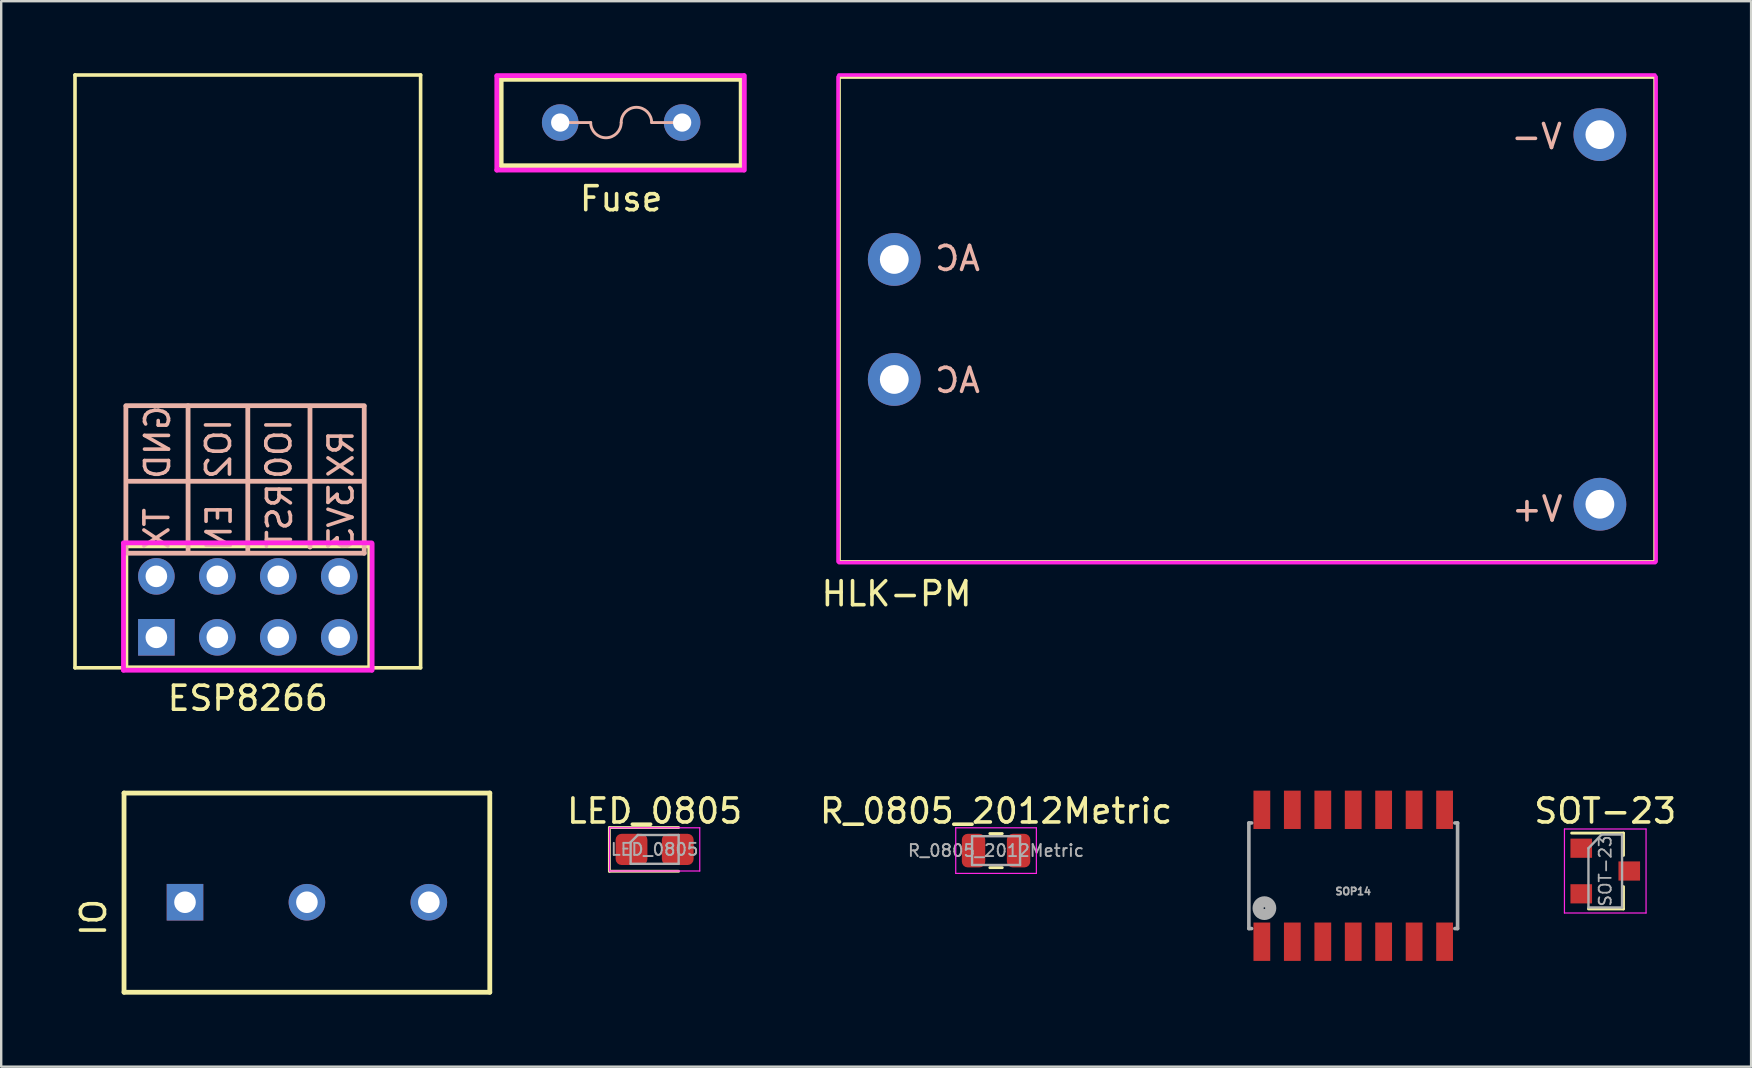
<source format=kicad_pcb>
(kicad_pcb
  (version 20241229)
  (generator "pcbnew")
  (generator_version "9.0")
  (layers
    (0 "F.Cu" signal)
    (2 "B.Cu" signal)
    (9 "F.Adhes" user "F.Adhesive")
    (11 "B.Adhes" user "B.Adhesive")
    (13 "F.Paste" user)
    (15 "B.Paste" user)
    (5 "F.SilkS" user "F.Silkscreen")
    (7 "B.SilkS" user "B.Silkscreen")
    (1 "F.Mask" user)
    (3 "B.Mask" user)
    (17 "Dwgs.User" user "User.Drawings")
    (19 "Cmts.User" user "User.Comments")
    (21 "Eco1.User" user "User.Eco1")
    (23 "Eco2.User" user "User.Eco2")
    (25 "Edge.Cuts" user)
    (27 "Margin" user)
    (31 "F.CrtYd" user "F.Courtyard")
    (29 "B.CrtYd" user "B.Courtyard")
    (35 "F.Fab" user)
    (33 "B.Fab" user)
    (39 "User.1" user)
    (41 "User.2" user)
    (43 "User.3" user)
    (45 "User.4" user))
  (footprint "ESP8266"
    (layer "F.Cu")
    (at 7.275 22.235)
    (property "Reference" "ESP8266" (at 0 3.81 0) (layer "F.SilkS") (effects (font (size 1 1) (thickness 0.15))))
    (attr through_hole)
    (fp_line (start -7.2 -22.16) (end -7.2 2.54) (stroke (width 0.15) (type solid)) (layer "F.SilkS"))
    (fp_line (start -7.2 -22.16) (end 7.2 -22.16) (stroke (width 0.15) (type solid)) (layer "F.SilkS"))
    (fp_line (start -7.2 2.54) (end 7.2 2.54) (stroke (width 0.15) (type solid)) (layer "F.SilkS"))
    (fp_line (start -5.08 -2.54) (end 5.08 -2.54) (stroke (width 0.2) (type solid)) (layer "F.SilkS"))
    (fp_line (start -5.08 2.54) (end -5.08 -2.54) (stroke (width 0.2) (type solid)) (layer "F.SilkS"))
    (fp_line (start 5.08 -2.54) (end 5.08 2.54) (stroke (width 0.2) (type solid)) (layer "F.SilkS"))
    (fp_line (start 5.08 2.54) (end -5.08 2.54) (stroke (width 0.2) (type solid)) (layer "F.SilkS"))
    (fp_line (start 7.2 -22.16) (end 7.2 2.54) (stroke (width 0.15) (type solid)) (layer "F.SilkS"))
    (fp_line (start -5.08 -8.382) (end 4.851 -8.382) (stroke (width 0.2) (type solid)) (layer "B.SilkS"))
    (fp_line (start -5.08 -2.261) (end -5.08 -8.357) (stroke (width 0.2) (type solid)) (layer "B.SilkS"))
    (fp_line (start -2.489 -8.382) (end -2.489 -2.286) (stroke (width 0.2) (type solid)) (layer "B.SilkS"))
    (fp_line (start 0 -8.331) (end 0 -2.286) (stroke (width 0.2) (type solid)) (layer "B.SilkS"))
    (fp_line (start 2.591 -8.357) (end 2.591 -2.489) (stroke (width 0.2) (type solid)) (layer "B.SilkS"))
    (fp_line (start 4.724 -5.232) (end -4.953 -5.232) (stroke (width 0.2) (type solid)) (layer "B.SilkS"))
    (fp_line (start 4.851 -8.357) (end 4.851 -2.235) (stroke (width 0.2) (type solid)) (layer "B.SilkS"))
    (fp_line (start 4.851 -2.235) (end -5.029 -2.235) (stroke (width 0.2) (type solid)) (layer "B.SilkS"))
    (fp_line (start -5.182 -2.667) (end 5.156 -2.667) (stroke (width 0.2) (type solid)) (layer "F.CrtYd"))
    (fp_line (start -5.18 2.64) (end -5.18 -2.64) (stroke (width 0.2) (type solid)) (layer "F.CrtYd"))
    (fp_line (start -5.18 2.64) (end 5.158 2.64) (stroke (width 0.2) (type solid)) (layer "F.CrtYd"))
    (fp_line (start 5.18 2.64) (end 5.18 -2.64) (stroke (width 0.2) (type solid)) (layer "F.CrtYd"))
    (fp_text user "EN" (at -1.194 -3.302 90) (layer "B.SilkS") (effects (font (size 1 1) (thickness 0.15)) (justify mirror)))
    (fp_text user "GND" (at -3.759 -6.858 90) (layer "B.SilkS") (effects (font (size 1 1) (thickness 0.15)) (justify mirror)))
    (fp_text user "RST" (at 1.321 -3.785 90) (layer "B.SilkS") (effects (font (size 1 1) (thickness 0.15)) (justify mirror)))
    (fp_text user "IO0" (at 1.295 -6.579 90) (layer "B.SilkS") (effects (font (size 1 1) (thickness 0.15)) (justify mirror)))
    (fp_text user "IO2" (at -1.219 -6.579 90) (layer "B.SilkS") (effects (font (size 1 1) (thickness 0.15)) (justify mirror)))
    (fp_text user "RX" (at 3.886 -6.375 90) (layer "B.SilkS") (effects (font (size 1 1) (thickness 0.15)) (justify mirror)))
    (fp_text user "TX" (at -3.785 -3.251 90) (layer "B.SilkS") (effects (font (size 1 1) (thickness 0.15)) (justify mirror)))
    (fp_text user "3V3" (at 3.886 -3.734 90) (layer "B.SilkS") (effects (font (size 1 1) (thickness 0.15)) (justify mirror)))
    (pad "1" thru_hole rect (at -3.81 1.27) (size 1.524 1.524) (drill 0.9) (layers "*.Cu" "*.Mask"))
    (pad "2" thru_hole circle (at -1.27 1.27) (size 1.524 1.524) (drill 0.9) (layers "*.Cu" "*.Mask"))
    (pad "3" thru_hole circle (at 1.27 1.27) (size 1.524 1.524) (drill 0.9) (layers "*.Cu" "*.Mask"))
    (pad "4" thru_hole circle (at 3.81 1.27) (size 1.524 1.524) (drill 0.9) (layers "*.Cu" "*.Mask"))
    (pad "5" thru_hole circle (at 3.81 -1.27) (size 1.524 1.524) (drill 0.9) (layers "*.Cu" "*.Mask"))
    (pad "6" thru_hole circle (at 1.27 -1.27) (size 1.524 1.524) (drill 0.9) (layers "*.Cu" "*.Mask"))
    (pad "7" thru_hole circle (at -1.27 -1.27) (size 1.524 1.524) (drill 0.9) (layers "*.Cu" "*.Mask"))
    (pad "8" thru_hole circle (at -3.81 -1.27) (size 1.524 1.524) (drill 0.9) (layers "*.Cu" "*.Mask")))
  (footprint "IO"
    (layer "F.Cu")
    (at 9.738 34.543)
    (property "Reference" "IO" (at -8.89 0.635 90) (layer "F.SilkS") (effects (font (size 1 1) (thickness 0.15))))
    (attr through_hole)
    (fp_line (start -7.62 -4.55) (end -7.62 3.75) (stroke (width 0.2) (type solid)) (layer "F.SilkS"))
    (fp_line (start 7.62 -4.55) (end -7.62 -4.55) (stroke (width 0.2) (type solid)) (layer "F.SilkS"))
    (fp_line (start 7.62 -4.55) (end 7.62 3.75) (stroke (width 0.2) (type solid)) (layer "F.SilkS"))
    (fp_line (start 7.62 3.75) (end -7.62 3.75) (stroke (width 0.2) (type solid)) (layer "F.SilkS"))
    (pad "0" thru_hole rect (at -5.08 0) (size 1.524 1.524) (drill 0.9) (layers "*.Cu" "*.Mask"))
    (pad "1" thru_hole circle (at 0 0) (size 1.524 1.524) (drill 0.9) (layers "*.Cu" "*.Mask"))
    (pad "2" thru_hole circle (at 5.08 0) (size 1.524 1.524) (drill 0.9) (layers "*.Cu" "*.Mask")))
  (footprint "SOT-23"
    (layer "F.Cu")
    (at 63.835 33.242)
    (property "Reference" "SOT-23" (at 0 -2.5 0) (layer "F.SilkS") (effects (font (size 1 1) (thickness 0.15))))
    (attr smd)
    (fp_line (start 0.76 -1.58) (end -1.4 -1.58) (stroke (width 0.12) (type solid)) (layer "F.SilkS"))
    (fp_line (start 0.76 -1.58) (end 0.76 -0.65) (stroke (width 0.12) (type solid)) (layer "F.SilkS"))
    (fp_line (start 0.76 1.58) (end -0.7 1.58) (stroke (width 0.12) (type solid)) (layer "F.SilkS"))
    (fp_line (start 0.76 1.58) (end 0.76 0.65) (stroke (width 0.12) (type solid)) (layer "F.SilkS"))
    (fp_line (start -1.7 -1.75) (end 1.7 -1.75) (stroke (width 0.05) (type solid)) (layer "F.CrtYd"))
    (fp_line (start -1.7 1.75) (end -1.7 -1.75) (stroke (width 0.05) (type solid)) (layer "F.CrtYd"))
    (fp_line (start 1.7 -1.75) (end 1.7 1.75) (stroke (width 0.05) (type solid)) (layer "F.CrtYd"))
    (fp_line (start 1.7 1.75) (end -1.7 1.75) (stroke (width 0.05) (type solid)) (layer "F.CrtYd"))
    (fp_line (start -0.7 -0.95) (end -0.7 1.5) (stroke (width 0.1) (type solid)) (layer "F.Fab"))
    (fp_line (start -0.7 -0.95) (end -0.15 -1.52) (stroke (width 0.1) (type solid)) (layer "F.Fab"))
    (fp_line (start -0.7 1.52) (end 0.7 1.52) (stroke (width 0.1) (type solid)) (layer "F.Fab"))
    (fp_line (start -0.15 -1.52) (end 0.7 -1.52) (stroke (width 0.1) (type solid)) (layer "F.Fab"))
    (fp_line (start 0.7 -1.52) (end 0.7 1.52) (stroke (width 0.1) (type solid)) (layer "F.Fab"))
    (fp_text user "${REFERENCE}" (at 0 0 90) (layer "F.Fab") (effects (font (size 0.5 0.5) (thickness 0.075))))
    (pad "1" smd rect (at -1 0.95) (size 0.9 0.8) (layers "F.Cu" "F.Mask" "F.Paste"))
    (pad "2" smd rect (at -1 -0.95) (size 0.9 0.8) (layers "F.Cu" "F.Mask" "F.Paste"))
    (pad "3" smd rect (at 1 0) (size 0.9 0.8) (layers "F.Cu" "F.Mask" "F.Paste")))
  (footprint "Fuse"
    (layer "F.Cu")
    (at 22.832 2.056)
    (property "Reference" "Fuse" (at 0 3.175 0) (layer "F.SilkS") (effects (font (size 1 1) (thickness 0.15))))
    (attr through_hole)
    (fp_line (start -5 -1.8) (end 5 -1.8) (stroke (width 0.2) (type solid)) (layer "F.SilkS"))
    (fp_line (start -5 1.8) (end -5 -1.8) (stroke (width 0.2) (type solid)) (layer "F.SilkS"))
    (fp_line (start 5 -1.8) (end 5 1.8) (stroke (width 0.2) (type solid)) (layer "F.SilkS"))
    (fp_line (start 5 1.8) (end -5 1.8) (stroke (width 0.2) (type solid)) (layer "F.SilkS"))
    (fp_line (start -1.27 0) (end -2.54 0) (stroke (width 0.12) (type solid)) (layer "B.SilkS"))
    (fp_line (start 1.27 0) (end 2.54 0) (stroke (width 0.12) (type solid)) (layer "B.SilkS"))
    (fp_arc (start 0 0) (mid -0.635 0.635) (end -1.27 0) (stroke (width 0.12) (type solid)) (layer "B.SilkS"))
    (fp_arc (start 0 0) (mid 0.635 -0.635) (end 1.27 0) (stroke (width 0.12) (type solid)) (layer "B.SilkS"))
    (fp_line (start -5.182 -1.93) (end -5.182 1.981) (stroke (width 0.2) (type solid)) (layer "F.CrtYd"))
    (fp_line (start -5.182 1.981) (end 5.105 1.981) (stroke (width 0.2) (type solid)) (layer "F.CrtYd"))
    (fp_line (start 5.105 -1.956) (end -5.182 -1.956) (stroke (width 0.2) (type solid)) (layer "F.CrtYd"))
    (fp_line (start 5.131 1.981) (end 5.131 -1.956) (stroke (width 0.2) (type solid)) (layer "F.CrtYd"))
    (pad "1" thru_hole circle (at -2.54 0) (size 1.524 1.524) (drill 0.762) (layers "*.Cu" "*.Mask"))
    (pad "2" thru_hole circle (at 2.54 0) (size 1.524 1.524) (drill 0.762) (layers "*.Cu" "*.Mask")))
  (footprint "R_0805_2012Metric"
    (layer "F.Cu")
    (at 38.452 32.392)
    (property "Reference" "R_0805_2012Metric" (at 0 -1.65 0) (layer "F.SilkS") (effects (font (size 1 1) (thickness 0.15))))
    (attr smd)
    (fp_line (start -0.259 -0.71) (end 0.259 -0.71) (stroke (width 0.12) (type solid)) (layer "F.SilkS"))
    (fp_line (start -0.259 0.71) (end 0.259 0.71) (stroke (width 0.12) (type solid)) (layer "F.SilkS"))
    (fp_line (start -1.68 -0.95) (end 1.68 -0.95) (stroke (width 0.05) (type solid)) (layer "F.CrtYd"))
    (fp_line (start -1.68 0.95) (end -1.68 -0.95) (stroke (width 0.05) (type solid)) (layer "F.CrtYd"))
    (fp_line (start 1.68 -0.95) (end 1.68 0.95) (stroke (width 0.05) (type solid)) (layer "F.CrtYd"))
    (fp_line (start 1.68 0.95) (end -1.68 0.95) (stroke (width 0.05) (type solid)) (layer "F.CrtYd"))
    (fp_line (start -1 -0.6) (end 1 -0.6) (stroke (width 0.1) (type solid)) (layer "F.Fab"))
    (fp_line (start -1 0.6) (end -1 -0.6) (stroke (width 0.1) (type solid)) (layer "F.Fab"))
    (fp_line (start 1 -0.6) (end 1 0.6) (stroke (width 0.1) (type solid)) (layer "F.Fab"))
    (fp_line (start 1 0.6) (end -1 0.6) (stroke (width 0.1) (type solid)) (layer "F.Fab"))
    (fp_text user "${REFERENCE}" (at 0 0 0) (layer "F.Fab") (effects (font (size 0.5 0.5) (thickness 0.08))))
    (pad "1" smd roundrect (at -0.938 0) (size 0.975 1.4) (layers "F.Cu" "F.Mask" "F.Paste") (roundrect_rratio 0.25))
    (pad "2" smd roundrect (at 0.938 0) (size 0.975 1.4) (layers "F.Cu" "F.Mask" "F.Paste") (roundrect_rratio 0.25)))
  (footprint "LED_0805"
    (layer "F.Cu")
    (at 24.226 32.342)
    (property "Reference" "LED_0805" (at 0 -1.6 0) (layer "F.SilkS") (effects (font (size 1 1) (thickness 0.15))))
    (attr smd)
    (fp_line (start -1.885 -0.91) (end -1.885 0.91) (stroke (width 0.12) (type solid)) (layer "F.SilkS"))
    (fp_line (start -1.885 0.91) (end 1 0.91) (stroke (width 0.12) (type solid)) (layer "F.SilkS"))
    (fp_line (start 1 -0.91) (end -1.885 -0.91) (stroke (width 0.12) (type solid)) (layer "F.SilkS"))
    (fp_line (start -1.88 -0.9) (end 1.88 -0.9) (stroke (width 0.05) (type solid)) (layer "F.CrtYd"))
    (fp_line (start -1.88 0.9) (end -1.88 -0.9) (stroke (width 0.05) (type solid)) (layer "F.CrtYd"))
    (fp_line (start 1.88 -0.9) (end 1.88 0.9) (stroke (width 0.05) (type solid)) (layer "F.CrtYd"))
    (fp_line (start 1.88 0.9) (end -1.88 0.9) (stroke (width 0.05) (type solid)) (layer "F.CrtYd"))
    (fp_line (start -1 -0.3) (end -1 0.6) (stroke (width 0.1) (type solid)) (layer "F.Fab"))
    (fp_line (start -1 0.6) (end 1 0.6) (stroke (width 0.1) (type solid)) (layer "F.Fab"))
    (fp_line (start -0.7 -0.6) (end -1 -0.3) (stroke (width 0.1) (type solid)) (layer "F.Fab"))
    (fp_line (start 1 -0.6) (end -0.7 -0.6) (stroke (width 0.1) (type solid)) (layer "F.Fab"))
    (fp_line (start 1 0.6) (end 1 -0.6) (stroke (width 0.1) (type solid)) (layer "F.Fab"))
    (fp_text user "${REFERENCE}" (at 0 0 0) (layer "F.Fab") (effects (font (size 0.5 0.5) (thickness 0.08))))
    (pad "1" smd roundrect (at -0.963 0) (size 1.325 1.3) (layers "F.Cu" "F.Mask" "F.Paste") (roundrect_rratio 0.192))
    (pad "2" smd roundrect (at 0.963 0) (size 1.325 1.3) (layers "F.Cu" "F.Mask" "F.Paste") (roundrect_rratio 0.192)))
  (footprint "SOP14"
    (layer "F.Cu")
    (at 53.334 33.44)
    (property "Reference" "SOP14" (at 0 0.65 0) (layer "F.Fab") (effects (font (size 0.3 0.3) (thickness 0.075))))
    (attr through_hole)
    (fp_line (start -4.348 -2.2) (end -4.348 2.2) (stroke (width 0.15) (type solid)) (layer "F.Fab"))
    (fp_line (start -4.348 -2.2) (end -4.234 -2.2) (stroke (width 0.15) (type solid)) (layer "F.Fab"))
    (fp_line (start -4.348 2.2) (end -4.234 2.2) (stroke (width 0.15) (type solid)) (layer "F.Fab"))
    (fp_line (start 4.234 -2.2) (end 4.348 -2.2) (stroke (width 0.15) (type solid)) (layer "F.Fab"))
    (fp_line (start 4.234 2.2) (end 4.348 2.2) (stroke (width 0.15) (type solid)) (layer "F.Fab"))
    (fp_line (start 4.348 -2.2) (end 4.348 2.2) (stroke (width 0.15) (type solid)) (layer "F.Fab"))
    (fp_circle (center -3.701 1.349) (end -3.599 1.4) (stroke (width 0.381) (type solid)) (fill no) (layer "F.Fab"))
    (fp_circle (center -3.701 1.349) (end -3.5 1.45) (stroke (width 0.381) (type solid)) (fill no) (layer "F.Fab"))
    (pad "1" smd rect (at -3.807 2.748 180) (size 0.699 1.598) (layers "F.Cu" "F.Mask" "F.Paste"))
    (pad "2" smd rect (at -2.537 2.748 180) (size 0.699 1.598) (layers "F.Cu" "F.Mask" "F.Paste"))
    (pad "3" smd rect (at -1.267 2.748 180) (size 0.699 1.598) (layers "F.Cu" "F.Mask" "F.Paste"))
    (pad "4" smd rect (at 0 2.748 180) (size 0.699 1.598) (layers "F.Cu" "F.Mask" "F.Paste"))
    (pad "5" smd rect (at 1.267 2.748 180) (size 0.699 1.598) (layers "F.Cu" "F.Mask" "F.Paste"))
    (pad "6" smd rect (at 2.537 2.748 180) (size 0.699 1.598) (layers "F.Cu" "F.Mask" "F.Paste"))
    (pad "7" smd rect (at 3.807 2.748 180) (size 0.699 1.598) (layers "F.Cu" "F.Mask" "F.Paste"))
    (pad "8" smd rect (at 3.807 -2.748) (size 0.699 1.598) (layers "F.Cu" "F.Mask" "F.Paste"))
    (pad "9" smd rect (at 2.537 -2.748) (size 0.699 1.598) (layers "F.Cu" "F.Mask" "F.Paste"))
    (pad "10" smd rect (at 1.267 -2.748) (size 0.699 1.598) (layers "F.Cu" "F.Mask" "F.Paste"))
    (pad "11" smd rect (at 0 -2.748) (size 0.699 1.598) (layers "F.Cu" "F.Mask" "F.Paste"))
    (pad "12" smd rect (at -1.267 -2.748) (size 0.699 1.598) (layers "F.Cu" "F.Mask" "F.Paste"))
    (pad "13" smd rect (at -2.537 -2.748) (size 0.699 1.598) (layers "F.Cu" "F.Mask" "F.Paste"))
    (pad "14" smd rect (at -3.807 -2.748) (size 0.699 1.598) (layers "F.Cu" "F.Mask" "F.Paste")))
  (footprint "HLK-PM"
    (layer "F.Cu")
    (at 48.911 10.26)
    (property "Reference" "HLK-PM" (at -14.605 11.43 0) (layer "F.SilkS") (effects (font (size 1 1) (thickness 0.15))))
    (attr through_hole)
    (fp_line (start -17 -10.1) (end 17 -10.1) (stroke (width 0.15) (type solid)) (layer "F.SilkS"))
    (fp_line (start -17 10.1) (end -17 -10.1) (stroke (width 0.15) (type solid)) (layer "F.SilkS"))
    (fp_line (start -17 10.1) (end 17 10.1) (stroke (width 0.15) (type solid)) (layer "F.SilkS"))
    (fp_line (start 17 10.1) (end 17 -10.1) (stroke (width 0.15) (type solid)) (layer "F.SilkS"))
    (fp_line (start -17.043 10.091) (end -17.043 -10.109) (stroke (width 0.15) (type solid)) (layer "F.CrtYd"))
    (fp_line (start -17.007 -10.185) (end 16.993 -10.185) (stroke (width 0.15) (type solid)) (layer "F.CrtYd"))
    (fp_line (start -17 10.135) (end 17 10.135) (stroke (width 0.15) (type solid)) (layer "F.CrtYd"))
    (fp_line (start 17.043 10.091) (end 17.043 -10.109) (stroke (width 0.15) (type solid)) (layer "F.CrtYd"))
    (fp_text user "V-" (at 12.065 -7.62 0) (layer "B.SilkS") (effects (font (size 1 1) (thickness 0.15)) (justify mirror)))
    (fp_text user "V+" (at 12.09 7.899 0) (layer "B.SilkS") (effects (font (size 1 1) (thickness 0.15)) (justify mirror)))
    (fp_text user "AC" (at -12.065 2.54 0) (layer "B.SilkS") (effects (font (size 1 1) (thickness 0.15)) (justify mirror)))
    (fp_text user "AC" (at -12.065 -2.54 0) (layer "B.SilkS") (effects (font (size 1 1) (thickness 0.15)) (justify mirror)))
    (pad "1" thru_hole circle (at -14.7 -2.5) (size 2.2 2.2) (drill 1.2) (layers "*.Cu" "*.Mask"))
    (pad "2" thru_hole circle (at -14.7 2.5) (size 2.2 2.2) (drill 1.2) (layers "*.Cu" "*.Mask"))
    (pad "3" thru_hole circle (at 14.7 -7.7) (size 2.2 2.2) (drill 1.2) (layers "*.Cu" "*.Mask"))
    (pad "4" thru_hole circle (at 14.7 7.7) (size 2.2 2.2) (drill 1.2) (layers "*.Cu" "*.Mask")))
  (gr_rect
    (start -3 -3)
    (end 69.912 41.393)
    (stroke (width 0.1) (type default))
    (fill no)
    (layer "Edge.Cuts")))
</source>
